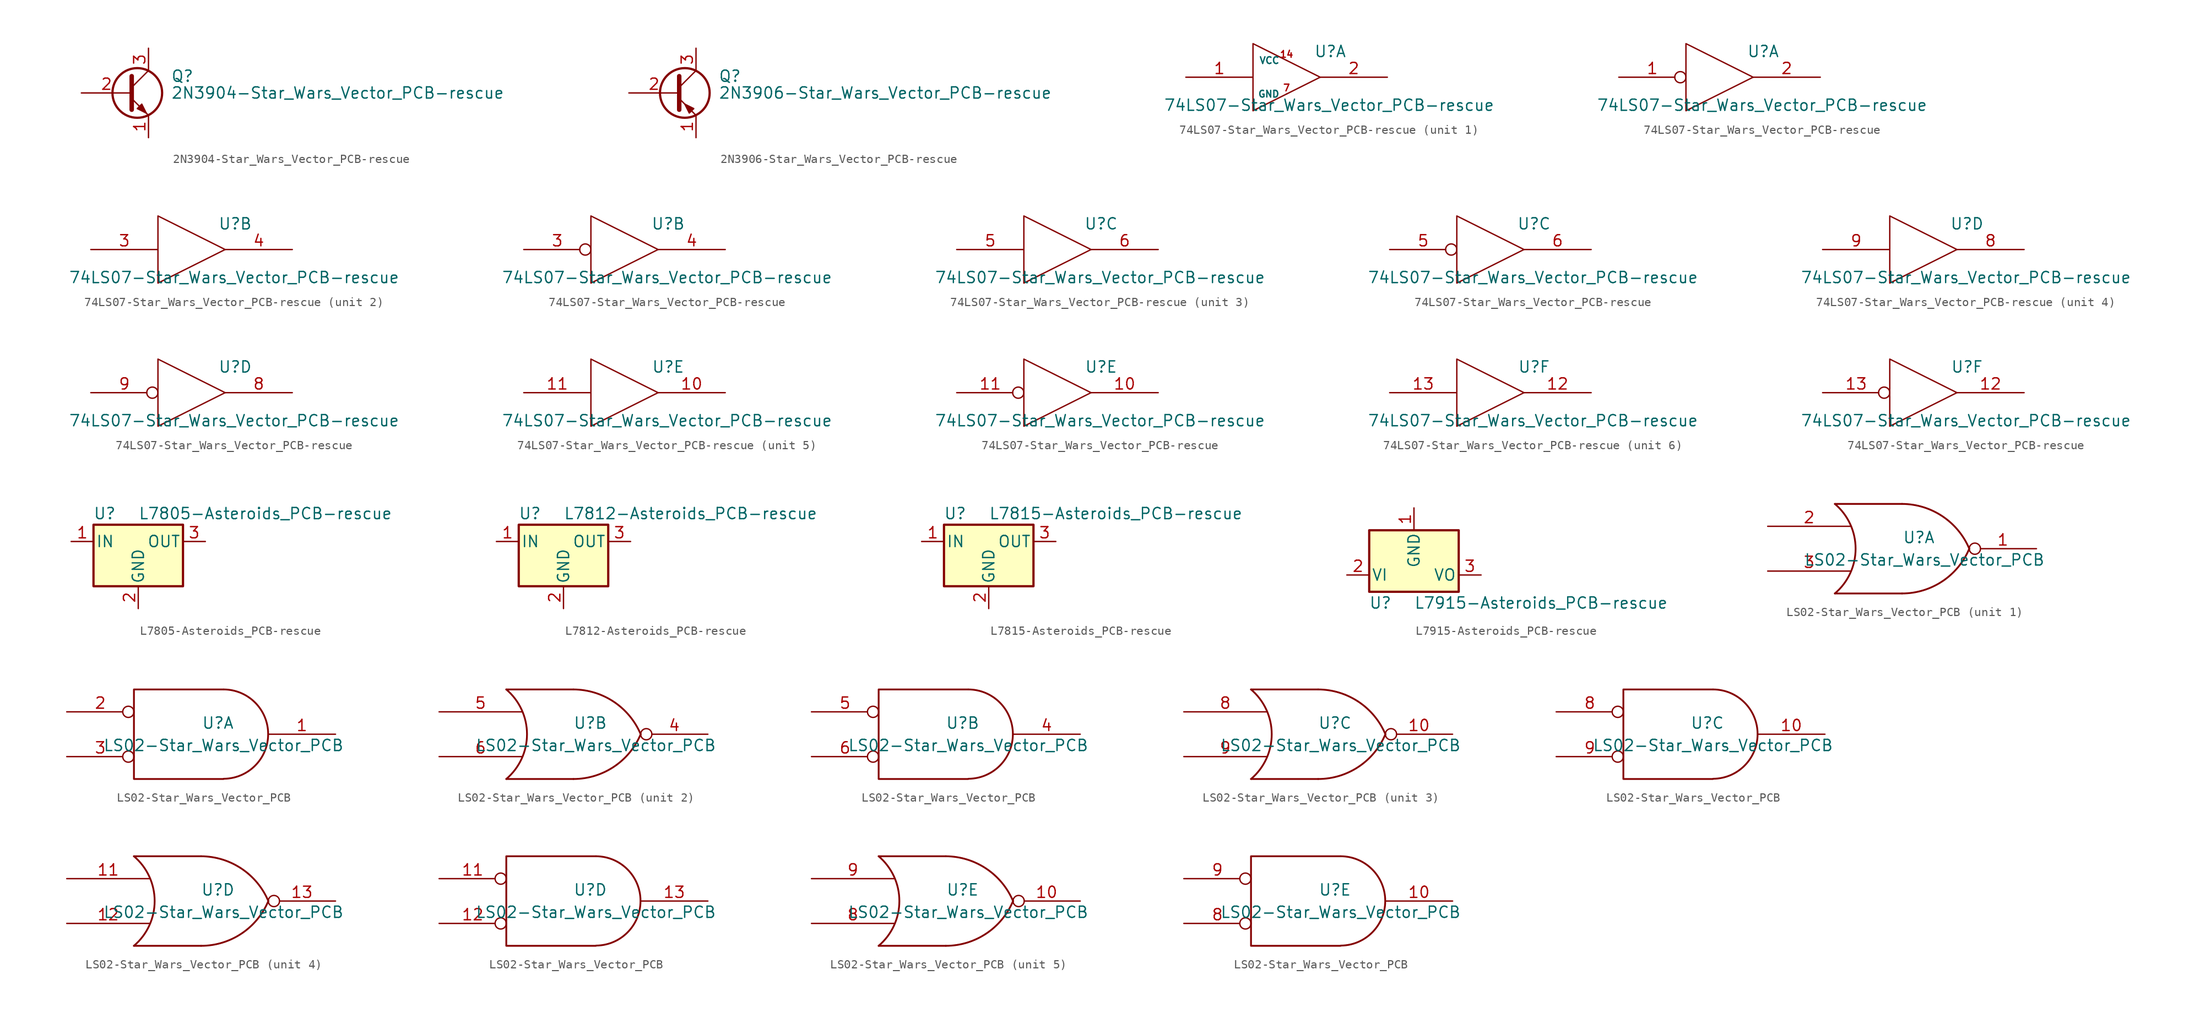
<source format=kicad_sym>
(kicad_symbol_lib
  (version 20211014)
  (generator kicad_symbol_editor)
  (symbol "2N3904-Star_Wars_Vector_PCB-rescue"
    (pin_names
      (offset 0) hide)
    (property "Reference" "Q"
      (at 5.08 1.905 0)
      (effects (font (size 1.27 1.27)) (justify left)))
    (property "Value" "2N3904-Star_Wars_Vector_PCB-rescue"
      (at 5.08 0 0)
      (effects (font (size 1.27 1.27)) (justify left)))
    (symbol "2N3904-Star_Wars_Vector_PCB-rescue_0_1"
      (polyline (pts (xy 0.635 0.635) (xy 2.54 2.54)) (stroke (width 0) (type default) (color 0 0 0 0)) (fill (type none)))
      (polyline (pts (xy 0.635 -0.635) (xy 2.54 -2.54) (xy 2.54 -2.54)) (stroke (width 0) (type default) (color 0 0 0 0)) (fill (type none)))
      (polyline (pts (xy 0.635 1.905) (xy 0.635 -1.905) (xy 0.635 -1.905)) (stroke (width 0.508) (type default) (color 0 0 0 0)) (fill (type none)))
      (polyline (pts (xy 1.27 -1.778) (xy 1.778 -1.27) (xy 2.286 -2.286) (xy 1.27 -1.778) (xy 1.27 -1.778)) (stroke (width 0) (type default) (color 0 0 0 0)) (fill (type outline)))
      (circle (center 1.27 0) (radius 2.819) (stroke (width 0.254) (type default) (color 0 0 0 0)) (fill (type none))))
    (symbol "2N3904-Star_Wars_Vector_PCB-rescue_1_1"
      (pin passive line (at 2.54 -5.08 90) (length 2.54) (name "E" (effects (font (size 1.27 1.27)))) (number "1" (effects (font (size 1.27 1.27)))))
      (pin passive line (at -5.08 0 0) (length 5.715) (name "B" (effects (font (size 1.27 1.27)))) (number "2" (effects (font (size 1.27 1.27)))))
      (pin passive line (at 2.54 5.08 270) (length 2.54) (name "C" (effects (font (size 1.27 1.27)))) (number "3" (effects (font (size 1.27 1.27)))))))
  (symbol "2N3906-Star_Wars_Vector_PCB-rescue"
    (pin_names
      (offset 0) hide)
    (property "Reference" "Q"
      (at 5.08 1.905 0)
      (effects (font (size 1.27 1.27)) (justify left)))
    (property "Value" "2N3906-Star_Wars_Vector_PCB-rescue"
      (at 5.08 0 0)
      (effects (font (size 1.27 1.27)) (justify left)))
    (symbol "2N3906-Star_Wars_Vector_PCB-rescue_0_1"
      (polyline (pts (xy 0.635 0.635) (xy 2.54 2.54)) (stroke (width 0) (type default) (color 0 0 0 0)) (fill (type none)))
      (polyline (pts (xy 0.635 -0.635) (xy 2.54 -2.54) (xy 2.54 -2.54)) (stroke (width 0) (type default) (color 0 0 0 0)) (fill (type none)))
      (polyline (pts (xy 0.635 1.905) (xy 0.635 -1.905) (xy 0.635 -1.905)) (stroke (width 0.508) (type default) (color 0 0 0 0)) (fill (type none)))
      (polyline (pts (xy 2.286 -1.778) (xy 1.778 -2.286) (xy 1.27 -1.27) (xy 2.286 -1.778) (xy 2.286 -1.778)) (stroke (width 0) (type default) (color 0 0 0 0)) (fill (type outline)))
      (circle (center 1.27 0) (radius 2.819) (stroke (width 0.254) (type default) (color 0 0 0 0)) (fill (type none))))
    (symbol "2N3906-Star_Wars_Vector_PCB-rescue_1_1"
      (pin passive line (at 2.54 -5.08 90) (length 2.54) (name "E" (effects (font (size 1.27 1.27)))) (number "1" (effects (font (size 1.27 1.27)))))
      (pin input line (at -5.08 0 0) (length 5.715) (name "B" (effects (font (size 1.27 1.27)))) (number "2" (effects (font (size 1.27 1.27)))))
      (pin passive line (at 2.54 5.08 270) (length 2.54) (name "C" (effects (font (size 1.27 1.27)))) (number "3" (effects (font (size 1.27 1.27)))))))
  (symbol "74LS07-Star_Wars_Vector_PCB-rescue"
    (pin_names
      (offset 0.762))
    (property "Reference" "U"
      (at 4.953 2.921 0)
      (effects (font (size 1.27 1.27))))
    (property "Value" "74LS07-Star_Wars_Vector_PCB-rescue"
      (at 4.826 -3.175 0)
      (effects (font (size 1.27 1.27))))
    (symbol "74LS07-Star_Wars_Vector_PCB-rescue_0_0"
      (polyline (pts (xy -3.81 3.81) (xy -3.81 -3.81) (xy 3.81 0) (xy -3.81 3.81)) (stroke (width 0) (type default) (color 0 0 0 0)) (fill (type none))))
    (symbol "74LS07-Star_Wars_Vector_PCB-rescue_1_1"
      (pin input line (at -11.43 0 0) (length 7.62) (name "~" (effects (font (size 1.27 1.27)))) (number "1" (effects (font (size 1.27 1.27)))))
      (pin power_in line (at 0 1.905 180) (length 0) (name "VCC" (effects (font (size 0.762 0.762)))) (number "14" (effects (font (size 0.762 0.762)))))
      (pin tri_state line (at 11.43 0 180) (length 7.62) (name "~" (effects (font (size 1.27 1.27)))) (number "2" (effects (font (size 1.27 1.27)))))
      (pin power_in line (at 0 -1.905 180) (length 0) (name "GND" (effects (font (size 0.762 0.762)))) (number "7" (effects (font (size 0.762 0.762))))))
    (symbol "74LS07-Star_Wars_Vector_PCB-rescue_1_2"
      (pin input inverted (at -11.43 0 0) (length 7.62) (name "~" (effects (font (size 1.27 1.27)))) (number "1" (effects (font (size 1.27 1.27)))))
      (pin tri_state line (at 11.43 0 180) (length 7.62) (name "~" (effects (font (size 1.27 1.27)))) (number "2" (effects (font (size 1.27 1.27))))))
    (symbol "74LS07-Star_Wars_Vector_PCB-rescue_2_1"
      (pin input line (at -11.43 0 0) (length 7.62) (name "~" (effects (font (size 1.27 1.27)))) (number "3" (effects (font (size 1.27 1.27)))))
      (pin tri_state line (at 11.43 0 180) (length 7.62) (name "~" (effects (font (size 1.27 1.27)))) (number "4" (effects (font (size 1.27 1.27))))))
    (symbol "74LS07-Star_Wars_Vector_PCB-rescue_2_2"
      (pin input inverted (at -11.43 0 0) (length 7.62) (name "~" (effects (font (size 1.27 1.27)))) (number "3" (effects (font (size 1.27 1.27)))))
      (pin tri_state line (at 11.43 0 180) (length 7.62) (name "~" (effects (font (size 1.27 1.27)))) (number "4" (effects (font (size 1.27 1.27))))))
    (symbol "74LS07-Star_Wars_Vector_PCB-rescue_3_1"
      (pin input line (at -11.43 0 0) (length 7.62) (name "~" (effects (font (size 1.27 1.27)))) (number "5" (effects (font (size 1.27 1.27)))))
      (pin tri_state line (at 11.43 0 180) (length 7.62) (name "~" (effects (font (size 1.27 1.27)))) (number "6" (effects (font (size 1.27 1.27))))))
    (symbol "74LS07-Star_Wars_Vector_PCB-rescue_3_2"
      (pin input inverted (at -11.43 0 0) (length 7.62) (name "~" (effects (font (size 1.27 1.27)))) (number "5" (effects (font (size 1.27 1.27)))))
      (pin tri_state line (at 11.43 0 180) (length 7.62) (name "~" (effects (font (size 1.27 1.27)))) (number "6" (effects (font (size 1.27 1.27))))))
    (symbol "74LS07-Star_Wars_Vector_PCB-rescue_4_1"
      (pin tri_state line (at 11.43 0 180) (length 7.62) (name "~" (effects (font (size 1.27 1.27)))) (number "8" (effects (font (size 1.27 1.27)))))
      (pin input line (at -11.43 0 0) (length 7.62) (name "~" (effects (font (size 1.27 1.27)))) (number "9" (effects (font (size 1.27 1.27))))))
    (symbol "74LS07-Star_Wars_Vector_PCB-rescue_4_2"
      (pin tri_state line (at 11.43 0 180) (length 7.62) (name "~" (effects (font (size 1.27 1.27)))) (number "8" (effects (font (size 1.27 1.27)))))
      (pin input inverted (at -11.43 0 0) (length 7.62) (name "~" (effects (font (size 1.27 1.27)))) (number "9" (effects (font (size 1.27 1.27))))))
    (symbol "74LS07-Star_Wars_Vector_PCB-rescue_5_1"
      (pin tri_state line (at 11.43 0 180) (length 7.62) (name "~" (effects (font (size 1.27 1.27)))) (number "10" (effects (font (size 1.27 1.27)))))
      (pin input line (at -11.43 0 0) (length 7.62) (name "~" (effects (font (size 1.27 1.27)))) (number "11" (effects (font (size 1.27 1.27))))))
    (symbol "74LS07-Star_Wars_Vector_PCB-rescue_5_2"
      (pin tri_state line (at 11.43 0 180) (length 7.62) (name "~" (effects (font (size 1.27 1.27)))) (number "10" (effects (font (size 1.27 1.27)))))
      (pin input inverted (at -11.43 0 0) (length 7.62) (name "~" (effects (font (size 1.27 1.27)))) (number "11" (effects (font (size 1.27 1.27))))))
    (symbol "74LS07-Star_Wars_Vector_PCB-rescue_6_1"
      (pin tri_state line (at 11.43 0 180) (length 7.62) (name "~" (effects (font (size 1.27 1.27)))) (number "12" (effects (font (size 1.27 1.27)))))
      (pin input line (at -11.43 0 0) (length 7.62) (name "~" (effects (font (size 1.27 1.27)))) (number "13" (effects (font (size 1.27 1.27))))))
    (symbol "74LS07-Star_Wars_Vector_PCB-rescue_6_2"
      (pin tri_state line (at 11.43 0 180) (length 7.62) (name "~" (effects (font (size 1.27 1.27)))) (number "12" (effects (font (size 1.27 1.27)))))
      (pin input inverted (at -11.43 0 0) (length 7.62) (name "~" (effects (font (size 1.27 1.27)))) (number "13" (effects (font (size 1.27 1.27)))))))
  (symbol "L7805-Asteroids_PCB-rescue"
    (pin_names
      (offset 0.254))
    (property "Reference" "U"
      (at -3.81 3.175 0)
      (effects (font (size 1.27 1.27))))
    (property "Value" "L7805-Asteroids_PCB-rescue"
      (at 0 3.175 0)
      (effects (font (size 1.27 1.27)) (justify left)))
    (symbol "L7805-Asteroids_PCB-rescue_0_1"
      (rectangle (start -5.08 1.905) (end 5.08 -5.08) (stroke (width 0.254) (type default) (color 0 0 0 0)) (fill (type background))))
    (symbol "L7805-Asteroids_PCB-rescue_1_1"
      (pin power_in line (at -7.62 0 0) (length 2.54) (name "IN" (effects (font (size 1.27 1.27)))) (number "1" (effects (font (size 1.27 1.27)))))
      (pin power_in line (at 0 -7.62 90) (length 2.54) (name "GND" (effects (font (size 1.27 1.27)))) (number "2" (effects (font (size 1.27 1.27)))))
      (pin power_out line (at 7.62 0 180) (length 2.54) (name "OUT" (effects (font (size 1.27 1.27)))) (number "3" (effects (font (size 1.27 1.27)))))))
  (symbol "L7812-Asteroids_PCB-rescue"
    (pin_names
      (offset 0.254))
    (property "Reference" "U"
      (at -3.81 3.175 0)
      (effects (font (size 1.27 1.27))))
    (property "Value" "L7812-Asteroids_PCB-rescue"
      (at 0 3.175 0)
      (effects (font (size 1.27 1.27)) (justify left)))
    (symbol "L7812-Asteroids_PCB-rescue_0_1"
      (rectangle (start -5.08 1.905) (end 5.08 -5.08) (stroke (width 0.254) (type default) (color 0 0 0 0)) (fill (type background))))
    (symbol "L7812-Asteroids_PCB-rescue_1_1"
      (pin power_in line (at -7.62 0 0) (length 2.54) (name "IN" (effects (font (size 1.27 1.27)))) (number "1" (effects (font (size 1.27 1.27)))))
      (pin power_in line (at 0 -7.62 90) (length 2.54) (name "GND" (effects (font (size 1.27 1.27)))) (number "2" (effects (font (size 1.27 1.27)))))
      (pin power_out line (at 7.62 0 180) (length 2.54) (name "OUT" (effects (font (size 1.27 1.27)))) (number "3" (effects (font (size 1.27 1.27)))))))
  (symbol "L7815-Asteroids_PCB-rescue"
    (pin_names
      (offset 0.254))
    (property "Reference" "U"
      (at -3.81 3.175 0)
      (effects (font (size 1.27 1.27))))
    (property "Value" "L7815-Asteroids_PCB-rescue"
      (at 0 3.175 0)
      (effects (font (size 1.27 1.27)) (justify left)))
    (symbol "L7815-Asteroids_PCB-rescue_0_1"
      (rectangle (start -5.08 1.905) (end 5.08 -5.08) (stroke (width 0.254) (type default) (color 0 0 0 0)) (fill (type background))))
    (symbol "L7815-Asteroids_PCB-rescue_1_1"
      (pin power_in line (at -7.62 0 0) (length 2.54) (name "IN" (effects (font (size 1.27 1.27)))) (number "1" (effects (font (size 1.27 1.27)))))
      (pin power_in line (at 0 -7.62 90) (length 2.54) (name "GND" (effects (font (size 1.27 1.27)))) (number "2" (effects (font (size 1.27 1.27)))))
      (pin power_out line (at 7.62 0 180) (length 2.54) (name "OUT" (effects (font (size 1.27 1.27)))) (number "3" (effects (font (size 1.27 1.27)))))))
  (symbol "L7915-Asteroids_PCB-rescue"
    (pin_names
      (offset 0.254))
    (property "Reference" "U"
      (at -3.81 -3.175 0)
      (effects (font (size 1.27 1.27))))
    (property "Value" "L7915-Asteroids_PCB-rescue"
      (at 0 -3.175 0)
      (effects (font (size 1.27 1.27)) (justify left)))
    (symbol "L7915-Asteroids_PCB-rescue_0_1"
      (rectangle (start -5.08 5.08) (end 5.08 -1.905) (stroke (width 0.254) (type default) (color 0 0 0 0)) (fill (type background))))
    (symbol "L7915-Asteroids_PCB-rescue_1_1"
      (pin power_in line (at 0 7.62 270) (length 2.54) (name "GND" (effects (font (size 1.27 1.27)))) (number "1" (effects (font (size 1.27 1.27)))))
      (pin power_in line (at -7.62 0 0) (length 2.54) (name "VI" (effects (font (size 1.27 1.27)))) (number "2" (effects (font (size 1.27 1.27)))))
      (pin power_out line (at 7.62 0 180) (length 2.54) (name "VO" (effects (font (size 1.27 1.27)))) (number "3" (effects (font (size 1.27 1.27)))))))
  (symbol "LS02-Star_Wars_Vector_PCB"
    (pin_names
      (offset 0.762))
    (property "Reference" "U"
      (at 1.905 1.27 0)
      (effects (font (size 1.27 1.27))))
    (property "Value" "LS02-Star_Wars_Vector_PCB"
      (at 2.54 -1.27 0)
      (effects (font (size 1.27 1.27))))
    (symbol "LS02-Star_Wars_Vector_PCB_0_1"
      (arc (start -7.62 -5.08) (mid -5.2708 0) (end -7.62 5.08) (stroke (width 0.2032) (type default) (color 0 0 0 0)) (fill (type none)))
      (arc (start 0 -5.08) (mid 4.5812 -3.6906) (end 7.62 0) (stroke (width 0.2032) (type default) (color 0 0 0 0)) (fill (type none)))
      (polyline (pts (xy -7.62 -5.08) (xy 0 -5.08)) (stroke (width 0.203) (type default) (color 0 0 0 0)) (fill (type none)))
      (polyline (pts (xy -7.62 5.08) (xy 0 5.08)) (stroke (width 0.203) (type default) (color 0 0 0 0)) (fill (type none)))
      (arc (start 7.62 0) (mid 4.5727 3.6819) (end 0 5.08) (stroke (width 0.2032) (type default) (color 0 0 0 0)) (fill (type none))))
    (symbol "LS02-Star_Wars_Vector_PCB_0_2"
      (polyline (pts (xy 2.54 5.08) (xy -7.62 5.08) (xy -7.62 -5.08) (xy 2.54 -5.08)) (stroke (width 0.203) (type default) (color 0 0 0 0)) (fill (type none)))
      (arc (start 2.5654 -5.0546) (mid 7.5947 0.0001) (end 2.5654 5.08) (stroke (width 0.2032) (type default) (color 0 0 0 0)) (fill (type none))))
    (symbol "LS02-Star_Wars_Vector_PCB_1_1"
      (pin output inverted (at 15.24 0 180) (length 7.62) (name "~" (effects (font (size 1.27 1.27)))) (number "1" (effects (font (size 1.27 1.27)))))
      (pin input line (at -15.24 2.54 0) (length 9.398) (name "~" (effects (font (size 1.27 1.27)))) (number "2" (effects (font (size 1.27 1.27)))))
      (pin input line (at -15.24 -2.54 0) (length 9.398) (name "~" (effects (font (size 1.27 1.27)))) (number "3" (effects (font (size 1.27 1.27))))))
    (symbol "LS02-Star_Wars_Vector_PCB_1_2"
      (pin output line (at 15.24 0 180) (length 7.62) (name "~" (effects (font (size 1.27 1.27)))) (number "1" (effects (font (size 1.27 1.27)))))
      (pin input inverted (at -15.24 2.54 0) (length 7.62) (name "~" (effects (font (size 1.27 1.27)))) (number "2" (effects (font (size 1.27 1.27)))))
      (pin input inverted (at -15.24 -2.54 0) (length 7.62) (name "~" (effects (font (size 1.27 1.27)))) (number "3" (effects (font (size 1.27 1.27))))))
    (symbol "LS02-Star_Wars_Vector_PCB_2_1"
      (pin output inverted (at 15.24 0 180) (length 7.62) (name "~" (effects (font (size 1.27 1.27)))) (number "4" (effects (font (size 1.27 1.27)))))
      (pin input line (at -15.24 2.54 0) (length 9.398) (name "~" (effects (font (size 1.27 1.27)))) (number "5" (effects (font (size 1.27 1.27)))))
      (pin input line (at -15.24 -2.54 0) (length 9.398) (name "~" (effects (font (size 1.27 1.27)))) (number "6" (effects (font (size 1.27 1.27))))))
    (symbol "LS02-Star_Wars_Vector_PCB_2_2"
      (pin output line (at 15.24 0 180) (length 7.62) (name "~" (effects (font (size 1.27 1.27)))) (number "4" (effects (font (size 1.27 1.27)))))
      (pin input inverted (at -15.24 2.54 0) (length 7.62) (name "~" (effects (font (size 1.27 1.27)))) (number "5" (effects (font (size 1.27 1.27)))))
      (pin input inverted (at -15.24 -2.54 0) (length 7.62) (name "~" (effects (font (size 1.27 1.27)))) (number "6" (effects (font (size 1.27 1.27))))))
    (symbol "LS02-Star_Wars_Vector_PCB_3_1"
      (pin output inverted (at 15.24 0 180) (length 7.62) (name "~" (effects (font (size 1.27 1.27)))) (number "10" (effects (font (size 1.27 1.27)))))
      (pin input line (at -15.24 2.54 0) (length 9.398) (name "~" (effects (font (size 1.27 1.27)))) (number "8" (effects (font (size 1.27 1.27)))))
      (pin input line (at -15.24 -2.54 0) (length 9.398) (name "~" (effects (font (size 1.27 1.27)))) (number "9" (effects (font (size 1.27 1.27))))))
    (symbol "LS02-Star_Wars_Vector_PCB_3_2"
      (pin output line (at 15.24 0 180) (length 7.62) (name "~" (effects (font (size 1.27 1.27)))) (number "10" (effects (font (size 1.27 1.27)))))
      (pin input inverted (at -15.24 2.54 0) (length 7.62) (name "~" (effects (font (size 1.27 1.27)))) (number "8" (effects (font (size 1.27 1.27)))))
      (pin input inverted (at -15.24 -2.54 0) (length 7.62) (name "~" (effects (font (size 1.27 1.27)))) (number "9" (effects (font (size 1.27 1.27))))))
    (symbol "LS02-Star_Wars_Vector_PCB_4_1"
      (pin input line (at -15.24 2.54 0) (length 9.398) (name "~" (effects (font (size 1.27 1.27)))) (number "11" (effects (font (size 1.27 1.27)))))
      (pin input line (at -15.24 -2.54 0) (length 9.398) (name "~" (effects (font (size 1.27 1.27)))) (number "12" (effects (font (size 1.27 1.27)))))
      (pin output inverted (at 15.24 0 180) (length 7.62) (name "~" (effects (font (size 1.27 1.27)))) (number "13" (effects (font (size 1.27 1.27))))))
    (symbol "LS02-Star_Wars_Vector_PCB_4_2"
      (pin input inverted (at -15.24 2.54 0) (length 7.62) (name "~" (effects (font (size 1.27 1.27)))) (number "11" (effects (font (size 1.27 1.27)))))
      (pin input inverted (at -15.24 -2.54 0) (length 7.62) (name "~" (effects (font (size 1.27 1.27)))) (number "12" (effects (font (size 1.27 1.27)))))
      (pin output line (at 15.24 0 180) (length 7.62) (name "~" (effects (font (size 1.27 1.27)))) (number "13" (effects (font (size 1.27 1.27))))))
    (symbol "LS02-Star_Wars_Vector_PCB_5_1"
      (pin output inverted (at 15.24 0 180) (length 7.62) (name "~" (effects (font (size 1.27 1.27)))) (number "10" (effects (font (size 1.27 1.27)))))
      (pin input line (at -15.24 -2.54 0) (length 9.398) (name "~" (effects (font (size 1.27 1.27)))) (number "8" (effects (font (size 1.27 1.27)))))
      (pin input line (at -15.24 2.54 0) (length 9.398) (name "~" (effects (font (size 1.27 1.27)))) (number "9" (effects (font (size 1.27 1.27))))))
    (symbol "LS02-Star_Wars_Vector_PCB_5_2"
      (pin output line (at 15.24 0 180) (length 7.62) (name "~" (effects (font (size 1.27 1.27)))) (number "10" (effects (font (size 1.27 1.27)))))
      (pin input inverted (at -15.24 -2.54 0) (length 7.62) (name "~" (effects (font (size 1.27 1.27)))) (number "8" (effects (font (size 1.27 1.27)))))
      (pin input inverted (at -15.24 2.54 0) (length 7.62) (name "~" (effects (font (size 1.27 1.27)))) (number "9" (effects (font (size 1.27 1.27))))))))
</source>
